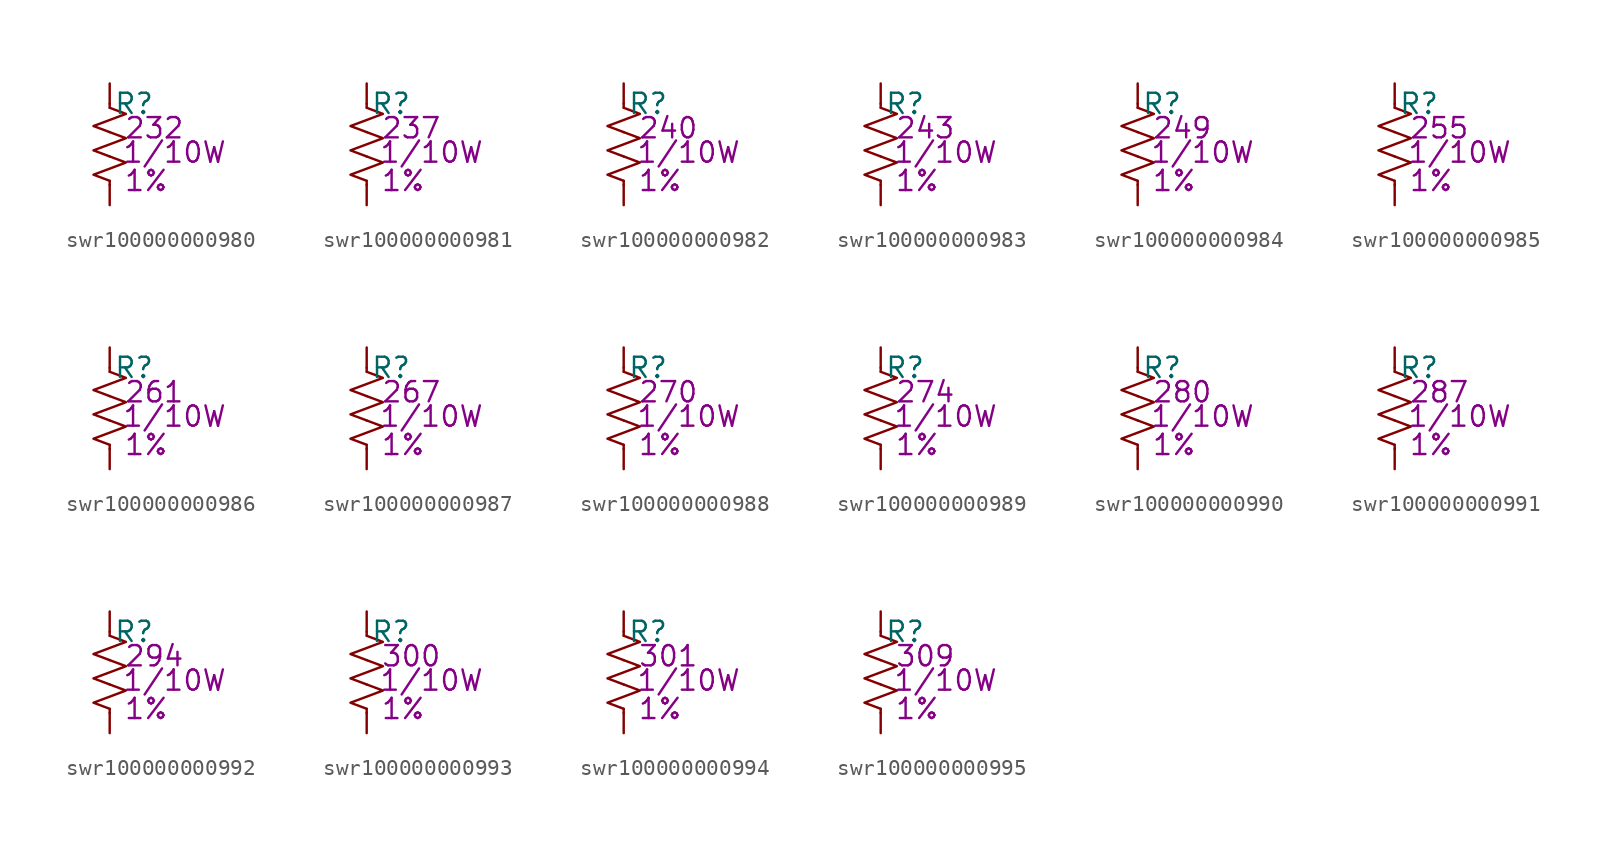
<source format=kicad_sym>
(kicad_symbol_lib
  (version 20211014)
  (generator kicad_symbol_editor)
  (symbol "swr100000000980"
    (pin_numbers hide)
    (pin_names
      (offset 1.016))
    (property "Reference" "R"
      (at 1.524 2.54 0)
      (effects (font (size 1.27 1.27))))
    (property "Tolerance" "1%"
      (at 2.286 -2.286 0)
      (effects (font (size 1.27 1.27))))
    (property "Wattage" "1/10W"
      (at 4.064 -0.508 0)
      (effects (font (size 1.27 1.27))))
    (property "PartValue" "232"
      (at 2.794 1.016 0)
      (effects (font (size 1.27 1.27))))
    (symbol "swr100000000980_1_1"
      (polyline (pts (xy 0 -2.286) (xy 0 -2.54)) (stroke (width 0) (type default) (color 0 0 0 0)) (fill (type none)))
      (polyline (pts (xy 0 2.286) (xy 0 2.54)) (stroke (width 0) (type default) (color 0 0 0 0)) (fill (type none)))
      (polyline (pts (xy 0 -0.762) (xy 1.016 -1.143) (xy 0 -1.524) (xy -1.016 -1.905) (xy 0 -2.286)) (stroke (width 0) (type default) (color 0 0 0 0)) (fill (type none)))
      (polyline (pts (xy 0 0.762) (xy 1.016 0.381) (xy 0 0) (xy -1.016 -0.381) (xy 0 -0.762)) (stroke (width 0) (type default) (color 0 0 0 0)) (fill (type none)))
      (polyline (pts (xy 0 2.286) (xy 1.016 1.905) (xy 0 1.524) (xy -1.016 1.143) (xy 0 0.762)) (stroke (width 0) (type default) (color 0 0 0 0)) (fill (type none)))
      (pin passive line (at 0 3.81 270) (length 1.27) (name "~" (effects (font (size 1.27 1.27)))) (number "1" (effects (font (size 1.27 1.27)))))
      (pin passive line (at 0 -3.81 90) (length 1.27) (name "~" (effects (font (size 1.27 1.27)))) (number "2" (effects (font (size 1.27 1.27)))))))
  (symbol "swr100000000981"
    (pin_numbers hide)
    (pin_names
      (offset 1.016))
    (property "Reference" "R"
      (at 1.524 2.54 0)
      (effects (font (size 1.27 1.27))))
    (property "Tolerance" "1%"
      (at 2.286 -2.286 0)
      (effects (font (size 1.27 1.27))))
    (property "Wattage" "1/10W"
      (at 4.064 -0.508 0)
      (effects (font (size 1.27 1.27))))
    (property "PartValue" "237"
      (at 2.794 1.016 0)
      (effects (font (size 1.27 1.27))))
    (symbol "swr100000000981_1_1"
      (polyline (pts (xy 0 -2.286) (xy 0 -2.54)) (stroke (width 0) (type default) (color 0 0 0 0)) (fill (type none)))
      (polyline (pts (xy 0 2.286) (xy 0 2.54)) (stroke (width 0) (type default) (color 0 0 0 0)) (fill (type none)))
      (polyline (pts (xy 0 -0.762) (xy 1.016 -1.143) (xy 0 -1.524) (xy -1.016 -1.905) (xy 0 -2.286)) (stroke (width 0) (type default) (color 0 0 0 0)) (fill (type none)))
      (polyline (pts (xy 0 0.762) (xy 1.016 0.381) (xy 0 0) (xy -1.016 -0.381) (xy 0 -0.762)) (stroke (width 0) (type default) (color 0 0 0 0)) (fill (type none)))
      (polyline (pts (xy 0 2.286) (xy 1.016 1.905) (xy 0 1.524) (xy -1.016 1.143) (xy 0 0.762)) (stroke (width 0) (type default) (color 0 0 0 0)) (fill (type none)))
      (pin passive line (at 0 3.81 270) (length 1.27) (name "~" (effects (font (size 1.27 1.27)))) (number "1" (effects (font (size 1.27 1.27)))))
      (pin passive line (at 0 -3.81 90) (length 1.27) (name "~" (effects (font (size 1.27 1.27)))) (number "2" (effects (font (size 1.27 1.27)))))))
  (symbol "swr100000000982"
    (pin_numbers hide)
    (pin_names
      (offset 1.016))
    (property "Reference" "R"
      (at 1.524 2.54 0)
      (effects (font (size 1.27 1.27))))
    (property "Tolerance" "1%"
      (at 2.286 -2.286 0)
      (effects (font (size 1.27 1.27))))
    (property "Wattage" "1/10W"
      (at 4.064 -0.508 0)
      (effects (font (size 1.27 1.27))))
    (property "PartValue" "240"
      (at 2.794 1.016 0)
      (effects (font (size 1.27 1.27))))
    (symbol "swr100000000982_1_1"
      (polyline (pts (xy 0 -2.286) (xy 0 -2.54)) (stroke (width 0) (type default) (color 0 0 0 0)) (fill (type none)))
      (polyline (pts (xy 0 2.286) (xy 0 2.54)) (stroke (width 0) (type default) (color 0 0 0 0)) (fill (type none)))
      (polyline (pts (xy 0 -0.762) (xy 1.016 -1.143) (xy 0 -1.524) (xy -1.016 -1.905) (xy 0 -2.286)) (stroke (width 0) (type default) (color 0 0 0 0)) (fill (type none)))
      (polyline (pts (xy 0 0.762) (xy 1.016 0.381) (xy 0 0) (xy -1.016 -0.381) (xy 0 -0.762)) (stroke (width 0) (type default) (color 0 0 0 0)) (fill (type none)))
      (polyline (pts (xy 0 2.286) (xy 1.016 1.905) (xy 0 1.524) (xy -1.016 1.143) (xy 0 0.762)) (stroke (width 0) (type default) (color 0 0 0 0)) (fill (type none)))
      (pin passive line (at 0 3.81 270) (length 1.27) (name "~" (effects (font (size 1.27 1.27)))) (number "1" (effects (font (size 1.27 1.27)))))
      (pin passive line (at 0 -3.81 90) (length 1.27) (name "~" (effects (font (size 1.27 1.27)))) (number "2" (effects (font (size 1.27 1.27)))))))
  (symbol "swr100000000983"
    (pin_numbers hide)
    (pin_names
      (offset 1.016))
    (property "Reference" "R"
      (at 1.524 2.54 0)
      (effects (font (size 1.27 1.27))))
    (property "Tolerance" "1%"
      (at 2.286 -2.286 0)
      (effects (font (size 1.27 1.27))))
    (property "Wattage" "1/10W"
      (at 4.064 -0.508 0)
      (effects (font (size 1.27 1.27))))
    (property "PartValue" "243"
      (at 2.794 1.016 0)
      (effects (font (size 1.27 1.27))))
    (symbol "swr100000000983_1_1"
      (polyline (pts (xy 0 -2.286) (xy 0 -2.54)) (stroke (width 0) (type default) (color 0 0 0 0)) (fill (type none)))
      (polyline (pts (xy 0 2.286) (xy 0 2.54)) (stroke (width 0) (type default) (color 0 0 0 0)) (fill (type none)))
      (polyline (pts (xy 0 -0.762) (xy 1.016 -1.143) (xy 0 -1.524) (xy -1.016 -1.905) (xy 0 -2.286)) (stroke (width 0) (type default) (color 0 0 0 0)) (fill (type none)))
      (polyline (pts (xy 0 0.762) (xy 1.016 0.381) (xy 0 0) (xy -1.016 -0.381) (xy 0 -0.762)) (stroke (width 0) (type default) (color 0 0 0 0)) (fill (type none)))
      (polyline (pts (xy 0 2.286) (xy 1.016 1.905) (xy 0 1.524) (xy -1.016 1.143) (xy 0 0.762)) (stroke (width 0) (type default) (color 0 0 0 0)) (fill (type none)))
      (pin passive line (at 0 3.81 270) (length 1.27) (name "~" (effects (font (size 1.27 1.27)))) (number "1" (effects (font (size 1.27 1.27)))))
      (pin passive line (at 0 -3.81 90) (length 1.27) (name "~" (effects (font (size 1.27 1.27)))) (number "2" (effects (font (size 1.27 1.27)))))))
  (symbol "swr100000000984"
    (pin_numbers hide)
    (pin_names
      (offset 1.016))
    (property "Reference" "R"
      (at 1.524 2.54 0)
      (effects (font (size 1.27 1.27))))
    (property "Tolerance" "1%"
      (at 2.286 -2.286 0)
      (effects (font (size 1.27 1.27))))
    (property "Wattage" "1/10W"
      (at 4.064 -0.508 0)
      (effects (font (size 1.27 1.27))))
    (property "PartValue" "249"
      (at 2.794 1.016 0)
      (effects (font (size 1.27 1.27))))
    (symbol "swr100000000984_1_1"
      (polyline (pts (xy 0 -2.286) (xy 0 -2.54)) (stroke (width 0) (type default) (color 0 0 0 0)) (fill (type none)))
      (polyline (pts (xy 0 2.286) (xy 0 2.54)) (stroke (width 0) (type default) (color 0 0 0 0)) (fill (type none)))
      (polyline (pts (xy 0 -0.762) (xy 1.016 -1.143) (xy 0 -1.524) (xy -1.016 -1.905) (xy 0 -2.286)) (stroke (width 0) (type default) (color 0 0 0 0)) (fill (type none)))
      (polyline (pts (xy 0 0.762) (xy 1.016 0.381) (xy 0 0) (xy -1.016 -0.381) (xy 0 -0.762)) (stroke (width 0) (type default) (color 0 0 0 0)) (fill (type none)))
      (polyline (pts (xy 0 2.286) (xy 1.016 1.905) (xy 0 1.524) (xy -1.016 1.143) (xy 0 0.762)) (stroke (width 0) (type default) (color 0 0 0 0)) (fill (type none)))
      (pin passive line (at 0 3.81 270) (length 1.27) (name "~" (effects (font (size 1.27 1.27)))) (number "1" (effects (font (size 1.27 1.27)))))
      (pin passive line (at 0 -3.81 90) (length 1.27) (name "~" (effects (font (size 1.27 1.27)))) (number "2" (effects (font (size 1.27 1.27)))))))
  (symbol "swr100000000985"
    (pin_numbers hide)
    (pin_names
      (offset 1.016))
    (property "Reference" "R"
      (at 1.524 2.54 0)
      (effects (font (size 1.27 1.27))))
    (property "Tolerance" "1%"
      (at 2.286 -2.286 0)
      (effects (font (size 1.27 1.27))))
    (property "Wattage" "1/10W"
      (at 4.064 -0.508 0)
      (effects (font (size 1.27 1.27))))
    (property "PartValue" "255"
      (at 2.794 1.016 0)
      (effects (font (size 1.27 1.27))))
    (symbol "swr100000000985_1_1"
      (polyline (pts (xy 0 -2.286) (xy 0 -2.54)) (stroke (width 0) (type default) (color 0 0 0 0)) (fill (type none)))
      (polyline (pts (xy 0 2.286) (xy 0 2.54)) (stroke (width 0) (type default) (color 0 0 0 0)) (fill (type none)))
      (polyline (pts (xy 0 -0.762) (xy 1.016 -1.143) (xy 0 -1.524) (xy -1.016 -1.905) (xy 0 -2.286)) (stroke (width 0) (type default) (color 0 0 0 0)) (fill (type none)))
      (polyline (pts (xy 0 0.762) (xy 1.016 0.381) (xy 0 0) (xy -1.016 -0.381) (xy 0 -0.762)) (stroke (width 0) (type default) (color 0 0 0 0)) (fill (type none)))
      (polyline (pts (xy 0 2.286) (xy 1.016 1.905) (xy 0 1.524) (xy -1.016 1.143) (xy 0 0.762)) (stroke (width 0) (type default) (color 0 0 0 0)) (fill (type none)))
      (pin passive line (at 0 3.81 270) (length 1.27) (name "~" (effects (font (size 1.27 1.27)))) (number "1" (effects (font (size 1.27 1.27)))))
      (pin passive line (at 0 -3.81 90) (length 1.27) (name "~" (effects (font (size 1.27 1.27)))) (number "2" (effects (font (size 1.27 1.27)))))))
  (symbol "swr100000000986"
    (pin_numbers hide)
    (pin_names
      (offset 1.016))
    (property "Reference" "R"
      (at 1.524 2.54 0)
      (effects (font (size 1.27 1.27))))
    (property "Tolerance" "1%"
      (at 2.286 -2.286 0)
      (effects (font (size 1.27 1.27))))
    (property "Wattage" "1/10W"
      (at 4.064 -0.508 0)
      (effects (font (size 1.27 1.27))))
    (property "PartValue" "261"
      (at 2.794 1.016 0)
      (effects (font (size 1.27 1.27))))
    (symbol "swr100000000986_1_1"
      (polyline (pts (xy 0 -2.286) (xy 0 -2.54)) (stroke (width 0) (type default) (color 0 0 0 0)) (fill (type none)))
      (polyline (pts (xy 0 2.286) (xy 0 2.54)) (stroke (width 0) (type default) (color 0 0 0 0)) (fill (type none)))
      (polyline (pts (xy 0 -0.762) (xy 1.016 -1.143) (xy 0 -1.524) (xy -1.016 -1.905) (xy 0 -2.286)) (stroke (width 0) (type default) (color 0 0 0 0)) (fill (type none)))
      (polyline (pts (xy 0 0.762) (xy 1.016 0.381) (xy 0 0) (xy -1.016 -0.381) (xy 0 -0.762)) (stroke (width 0) (type default) (color 0 0 0 0)) (fill (type none)))
      (polyline (pts (xy 0 2.286) (xy 1.016 1.905) (xy 0 1.524) (xy -1.016 1.143) (xy 0 0.762)) (stroke (width 0) (type default) (color 0 0 0 0)) (fill (type none)))
      (pin passive line (at 0 3.81 270) (length 1.27) (name "~" (effects (font (size 1.27 1.27)))) (number "1" (effects (font (size 1.27 1.27)))))
      (pin passive line (at 0 -3.81 90) (length 1.27) (name "~" (effects (font (size 1.27 1.27)))) (number "2" (effects (font (size 1.27 1.27)))))))
  (symbol "swr100000000987"
    (pin_numbers hide)
    (pin_names
      (offset 1.016))
    (property "Reference" "R"
      (at 1.524 2.54 0)
      (effects (font (size 1.27 1.27))))
    (property "Tolerance" "1%"
      (at 2.286 -2.286 0)
      (effects (font (size 1.27 1.27))))
    (property "Wattage" "1/10W"
      (at 4.064 -0.508 0)
      (effects (font (size 1.27 1.27))))
    (property "PartValue" "267"
      (at 2.794 1.016 0)
      (effects (font (size 1.27 1.27))))
    (symbol "swr100000000987_1_1"
      (polyline (pts (xy 0 -2.286) (xy 0 -2.54)) (stroke (width 0) (type default) (color 0 0 0 0)) (fill (type none)))
      (polyline (pts (xy 0 2.286) (xy 0 2.54)) (stroke (width 0) (type default) (color 0 0 0 0)) (fill (type none)))
      (polyline (pts (xy 0 -0.762) (xy 1.016 -1.143) (xy 0 -1.524) (xy -1.016 -1.905) (xy 0 -2.286)) (stroke (width 0) (type default) (color 0 0 0 0)) (fill (type none)))
      (polyline (pts (xy 0 0.762) (xy 1.016 0.381) (xy 0 0) (xy -1.016 -0.381) (xy 0 -0.762)) (stroke (width 0) (type default) (color 0 0 0 0)) (fill (type none)))
      (polyline (pts (xy 0 2.286) (xy 1.016 1.905) (xy 0 1.524) (xy -1.016 1.143) (xy 0 0.762)) (stroke (width 0) (type default) (color 0 0 0 0)) (fill (type none)))
      (pin passive line (at 0 3.81 270) (length 1.27) (name "~" (effects (font (size 1.27 1.27)))) (number "1" (effects (font (size 1.27 1.27)))))
      (pin passive line (at 0 -3.81 90) (length 1.27) (name "~" (effects (font (size 1.27 1.27)))) (number "2" (effects (font (size 1.27 1.27)))))))
  (symbol "swr100000000988"
    (pin_numbers hide)
    (pin_names
      (offset 1.016))
    (property "Reference" "R"
      (at 1.524 2.54 0)
      (effects (font (size 1.27 1.27))))
    (property "Tolerance" "1%"
      (at 2.286 -2.286 0)
      (effects (font (size 1.27 1.27))))
    (property "Wattage" "1/10W"
      (at 4.064 -0.508 0)
      (effects (font (size 1.27 1.27))))
    (property "PartValue" "270"
      (at 2.794 1.016 0)
      (effects (font (size 1.27 1.27))))
    (symbol "swr100000000988_1_1"
      (polyline (pts (xy 0 -2.286) (xy 0 -2.54)) (stroke (width 0) (type default) (color 0 0 0 0)) (fill (type none)))
      (polyline (pts (xy 0 2.286) (xy 0 2.54)) (stroke (width 0) (type default) (color 0 0 0 0)) (fill (type none)))
      (polyline (pts (xy 0 -0.762) (xy 1.016 -1.143) (xy 0 -1.524) (xy -1.016 -1.905) (xy 0 -2.286)) (stroke (width 0) (type default) (color 0 0 0 0)) (fill (type none)))
      (polyline (pts (xy 0 0.762) (xy 1.016 0.381) (xy 0 0) (xy -1.016 -0.381) (xy 0 -0.762)) (stroke (width 0) (type default) (color 0 0 0 0)) (fill (type none)))
      (polyline (pts (xy 0 2.286) (xy 1.016 1.905) (xy 0 1.524) (xy -1.016 1.143) (xy 0 0.762)) (stroke (width 0) (type default) (color 0 0 0 0)) (fill (type none)))
      (pin passive line (at 0 3.81 270) (length 1.27) (name "~" (effects (font (size 1.27 1.27)))) (number "1" (effects (font (size 1.27 1.27)))))
      (pin passive line (at 0 -3.81 90) (length 1.27) (name "~" (effects (font (size 1.27 1.27)))) (number "2" (effects (font (size 1.27 1.27)))))))
  (symbol "swr100000000989"
    (pin_numbers hide)
    (pin_names
      (offset 1.016))
    (property "Reference" "R"
      (at 1.524 2.54 0)
      (effects (font (size 1.27 1.27))))
    (property "Tolerance" "1%"
      (at 2.286 -2.286 0)
      (effects (font (size 1.27 1.27))))
    (property "Wattage" "1/10W"
      (at 4.064 -0.508 0)
      (effects (font (size 1.27 1.27))))
    (property "PartValue" "274"
      (at 2.794 1.016 0)
      (effects (font (size 1.27 1.27))))
    (symbol "swr100000000989_1_1"
      (polyline (pts (xy 0 -2.286) (xy 0 -2.54)) (stroke (width 0) (type default) (color 0 0 0 0)) (fill (type none)))
      (polyline (pts (xy 0 2.286) (xy 0 2.54)) (stroke (width 0) (type default) (color 0 0 0 0)) (fill (type none)))
      (polyline (pts (xy 0 -0.762) (xy 1.016 -1.143) (xy 0 -1.524) (xy -1.016 -1.905) (xy 0 -2.286)) (stroke (width 0) (type default) (color 0 0 0 0)) (fill (type none)))
      (polyline (pts (xy 0 0.762) (xy 1.016 0.381) (xy 0 0) (xy -1.016 -0.381) (xy 0 -0.762)) (stroke (width 0) (type default) (color 0 0 0 0)) (fill (type none)))
      (polyline (pts (xy 0 2.286) (xy 1.016 1.905) (xy 0 1.524) (xy -1.016 1.143) (xy 0 0.762)) (stroke (width 0) (type default) (color 0 0 0 0)) (fill (type none)))
      (pin passive line (at 0 3.81 270) (length 1.27) (name "~" (effects (font (size 1.27 1.27)))) (number "1" (effects (font (size 1.27 1.27)))))
      (pin passive line (at 0 -3.81 90) (length 1.27) (name "~" (effects (font (size 1.27 1.27)))) (number "2" (effects (font (size 1.27 1.27)))))))
  (symbol "swr100000000990"
    (pin_numbers hide)
    (pin_names
      (offset 1.016))
    (property "Reference" "R"
      (at 1.524 2.54 0)
      (effects (font (size 1.27 1.27))))
    (property "Tolerance" "1%"
      (at 2.286 -2.286 0)
      (effects (font (size 1.27 1.27))))
    (property "Wattage" "1/10W"
      (at 4.064 -0.508 0)
      (effects (font (size 1.27 1.27))))
    (property "PartValue" "280"
      (at 2.794 1.016 0)
      (effects (font (size 1.27 1.27))))
    (symbol "swr100000000990_1_1"
      (polyline (pts (xy 0 -2.286) (xy 0 -2.54)) (stroke (width 0) (type default) (color 0 0 0 0)) (fill (type none)))
      (polyline (pts (xy 0 2.286) (xy 0 2.54)) (stroke (width 0) (type default) (color 0 0 0 0)) (fill (type none)))
      (polyline (pts (xy 0 -0.762) (xy 1.016 -1.143) (xy 0 -1.524) (xy -1.016 -1.905) (xy 0 -2.286)) (stroke (width 0) (type default) (color 0 0 0 0)) (fill (type none)))
      (polyline (pts (xy 0 0.762) (xy 1.016 0.381) (xy 0 0) (xy -1.016 -0.381) (xy 0 -0.762)) (stroke (width 0) (type default) (color 0 0 0 0)) (fill (type none)))
      (polyline (pts (xy 0 2.286) (xy 1.016 1.905) (xy 0 1.524) (xy -1.016 1.143) (xy 0 0.762)) (stroke (width 0) (type default) (color 0 0 0 0)) (fill (type none)))
      (pin passive line (at 0 3.81 270) (length 1.27) (name "~" (effects (font (size 1.27 1.27)))) (number "1" (effects (font (size 1.27 1.27)))))
      (pin passive line (at 0 -3.81 90) (length 1.27) (name "~" (effects (font (size 1.27 1.27)))) (number "2" (effects (font (size 1.27 1.27)))))))
  (symbol "swr100000000991"
    (pin_numbers hide)
    (pin_names
      (offset 1.016))
    (property "Reference" "R"
      (at 1.524 2.54 0)
      (effects (font (size 1.27 1.27))))
    (property "Tolerance" "1%"
      (at 2.286 -2.286 0)
      (effects (font (size 1.27 1.27))))
    (property "Wattage" "1/10W"
      (at 4.064 -0.508 0)
      (effects (font (size 1.27 1.27))))
    (property "PartValue" "287"
      (at 2.794 1.016 0)
      (effects (font (size 1.27 1.27))))
    (symbol "swr100000000991_1_1"
      (polyline (pts (xy 0 -2.286) (xy 0 -2.54)) (stroke (width 0) (type default) (color 0 0 0 0)) (fill (type none)))
      (polyline (pts (xy 0 2.286) (xy 0 2.54)) (stroke (width 0) (type default) (color 0 0 0 0)) (fill (type none)))
      (polyline (pts (xy 0 -0.762) (xy 1.016 -1.143) (xy 0 -1.524) (xy -1.016 -1.905) (xy 0 -2.286)) (stroke (width 0) (type default) (color 0 0 0 0)) (fill (type none)))
      (polyline (pts (xy 0 0.762) (xy 1.016 0.381) (xy 0 0) (xy -1.016 -0.381) (xy 0 -0.762)) (stroke (width 0) (type default) (color 0 0 0 0)) (fill (type none)))
      (polyline (pts (xy 0 2.286) (xy 1.016 1.905) (xy 0 1.524) (xy -1.016 1.143) (xy 0 0.762)) (stroke (width 0) (type default) (color 0 0 0 0)) (fill (type none)))
      (pin passive line (at 0 3.81 270) (length 1.27) (name "~" (effects (font (size 1.27 1.27)))) (number "1" (effects (font (size 1.27 1.27)))))
      (pin passive line (at 0 -3.81 90) (length 1.27) (name "~" (effects (font (size 1.27 1.27)))) (number "2" (effects (font (size 1.27 1.27)))))))
  (symbol "swr100000000992"
    (pin_numbers hide)
    (pin_names
      (offset 1.016))
    (property "Reference" "R"
      (at 1.524 2.54 0)
      (effects (font (size 1.27 1.27))))
    (property "Tolerance" "1%"
      (at 2.286 -2.286 0)
      (effects (font (size 1.27 1.27))))
    (property "Wattage" "1/10W"
      (at 4.064 -0.508 0)
      (effects (font (size 1.27 1.27))))
    (property "PartValue" "294"
      (at 2.794 1.016 0)
      (effects (font (size 1.27 1.27))))
    (symbol "swr100000000992_1_1"
      (polyline (pts (xy 0 -2.286) (xy 0 -2.54)) (stroke (width 0) (type default) (color 0 0 0 0)) (fill (type none)))
      (polyline (pts (xy 0 2.286) (xy 0 2.54)) (stroke (width 0) (type default) (color 0 0 0 0)) (fill (type none)))
      (polyline (pts (xy 0 -0.762) (xy 1.016 -1.143) (xy 0 -1.524) (xy -1.016 -1.905) (xy 0 -2.286)) (stroke (width 0) (type default) (color 0 0 0 0)) (fill (type none)))
      (polyline (pts (xy 0 0.762) (xy 1.016 0.381) (xy 0 0) (xy -1.016 -0.381) (xy 0 -0.762)) (stroke (width 0) (type default) (color 0 0 0 0)) (fill (type none)))
      (polyline (pts (xy 0 2.286) (xy 1.016 1.905) (xy 0 1.524) (xy -1.016 1.143) (xy 0 0.762)) (stroke (width 0) (type default) (color 0 0 0 0)) (fill (type none)))
      (pin passive line (at 0 3.81 270) (length 1.27) (name "~" (effects (font (size 1.27 1.27)))) (number "1" (effects (font (size 1.27 1.27)))))
      (pin passive line (at 0 -3.81 90) (length 1.27) (name "~" (effects (font (size 1.27 1.27)))) (number "2" (effects (font (size 1.27 1.27)))))))
  (symbol "swr100000000993"
    (pin_numbers hide)
    (pin_names
      (offset 1.016))
    (property "Reference" "R"
      (at 1.524 2.54 0)
      (effects (font (size 1.27 1.27))))
    (property "Tolerance" "1%"
      (at 2.286 -2.286 0)
      (effects (font (size 1.27 1.27))))
    (property "Wattage" "1/10W"
      (at 4.064 -0.508 0)
      (effects (font (size 1.27 1.27))))
    (property "PartValue" "300"
      (at 2.794 1.016 0)
      (effects (font (size 1.27 1.27))))
    (symbol "swr100000000993_1_1"
      (polyline (pts (xy 0 -2.286) (xy 0 -2.54)) (stroke (width 0) (type default) (color 0 0 0 0)) (fill (type none)))
      (polyline (pts (xy 0 2.286) (xy 0 2.54)) (stroke (width 0) (type default) (color 0 0 0 0)) (fill (type none)))
      (polyline (pts (xy 0 -0.762) (xy 1.016 -1.143) (xy 0 -1.524) (xy -1.016 -1.905) (xy 0 -2.286)) (stroke (width 0) (type default) (color 0 0 0 0)) (fill (type none)))
      (polyline (pts (xy 0 0.762) (xy 1.016 0.381) (xy 0 0) (xy -1.016 -0.381) (xy 0 -0.762)) (stroke (width 0) (type default) (color 0 0 0 0)) (fill (type none)))
      (polyline (pts (xy 0 2.286) (xy 1.016 1.905) (xy 0 1.524) (xy -1.016 1.143) (xy 0 0.762)) (stroke (width 0) (type default) (color 0 0 0 0)) (fill (type none)))
      (pin passive line (at 0 3.81 270) (length 1.27) (name "~" (effects (font (size 1.27 1.27)))) (number "1" (effects (font (size 1.27 1.27)))))
      (pin passive line (at 0 -3.81 90) (length 1.27) (name "~" (effects (font (size 1.27 1.27)))) (number "2" (effects (font (size 1.27 1.27)))))))
  (symbol "swr100000000994"
    (pin_numbers hide)
    (pin_names
      (offset 1.016))
    (property "Reference" "R"
      (at 1.524 2.54 0)
      (effects (font (size 1.27 1.27))))
    (property "Tolerance" "1%"
      (at 2.286 -2.286 0)
      (effects (font (size 1.27 1.27))))
    (property "Wattage" "1/10W"
      (at 4.064 -0.508 0)
      (effects (font (size 1.27 1.27))))
    (property "PartValue" "301"
      (at 2.794 1.016 0)
      (effects (font (size 1.27 1.27))))
    (symbol "swr100000000994_1_1"
      (polyline (pts (xy 0 -2.286) (xy 0 -2.54)) (stroke (width 0) (type default) (color 0 0 0 0)) (fill (type none)))
      (polyline (pts (xy 0 2.286) (xy 0 2.54)) (stroke (width 0) (type default) (color 0 0 0 0)) (fill (type none)))
      (polyline (pts (xy 0 -0.762) (xy 1.016 -1.143) (xy 0 -1.524) (xy -1.016 -1.905) (xy 0 -2.286)) (stroke (width 0) (type default) (color 0 0 0 0)) (fill (type none)))
      (polyline (pts (xy 0 0.762) (xy 1.016 0.381) (xy 0 0) (xy -1.016 -0.381) (xy 0 -0.762)) (stroke (width 0) (type default) (color 0 0 0 0)) (fill (type none)))
      (polyline (pts (xy 0 2.286) (xy 1.016 1.905) (xy 0 1.524) (xy -1.016 1.143) (xy 0 0.762)) (stroke (width 0) (type default) (color 0 0 0 0)) (fill (type none)))
      (pin passive line (at 0 3.81 270) (length 1.27) (name "~" (effects (font (size 1.27 1.27)))) (number "1" (effects (font (size 1.27 1.27)))))
      (pin passive line (at 0 -3.81 90) (length 1.27) (name "~" (effects (font (size 1.27 1.27)))) (number "2" (effects (font (size 1.27 1.27)))))))
  (symbol "swr100000000995"
    (pin_numbers hide)
    (pin_names
      (offset 1.016))
    (property "Reference" "R"
      (at 1.524 2.54 0)
      (effects (font (size 1.27 1.27))))
    (property "Tolerance" "1%"
      (at 2.286 -2.286 0)
      (effects (font (size 1.27 1.27))))
    (property "Wattage" "1/10W"
      (at 4.064 -0.508 0)
      (effects (font (size 1.27 1.27))))
    (property "PartValue" "309"
      (at 2.794 1.016 0)
      (effects (font (size 1.27 1.27))))
    (symbol "swr100000000995_1_1"
      (polyline (pts (xy 0 -2.286) (xy 0 -2.54)) (stroke (width 0) (type default) (color 0 0 0 0)) (fill (type none)))
      (polyline (pts (xy 0 2.286) (xy 0 2.54)) (stroke (width 0) (type default) (color 0 0 0 0)) (fill (type none)))
      (polyline (pts (xy 0 -0.762) (xy 1.016 -1.143) (xy 0 -1.524) (xy -1.016 -1.905) (xy 0 -2.286)) (stroke (width 0) (type default) (color 0 0 0 0)) (fill (type none)))
      (polyline (pts (xy 0 0.762) (xy 1.016 0.381) (xy 0 0) (xy -1.016 -0.381) (xy 0 -0.762)) (stroke (width 0) (type default) (color 0 0 0 0)) (fill (type none)))
      (polyline (pts (xy 0 2.286) (xy 1.016 1.905) (xy 0 1.524) (xy -1.016 1.143) (xy 0 0.762)) (stroke (width 0) (type default) (color 0 0 0 0)) (fill (type none)))
      (pin passive line (at 0 3.81 270) (length 1.27) (name "~" (effects (font (size 1.27 1.27)))) (number "1" (effects (font (size 1.27 1.27)))))
      (pin passive line (at 0 -3.81 90) (length 1.27) (name "~" (effects (font (size 1.27 1.27)))) (number "2" (effects (font (size 1.27 1.27))))))))
</source>
